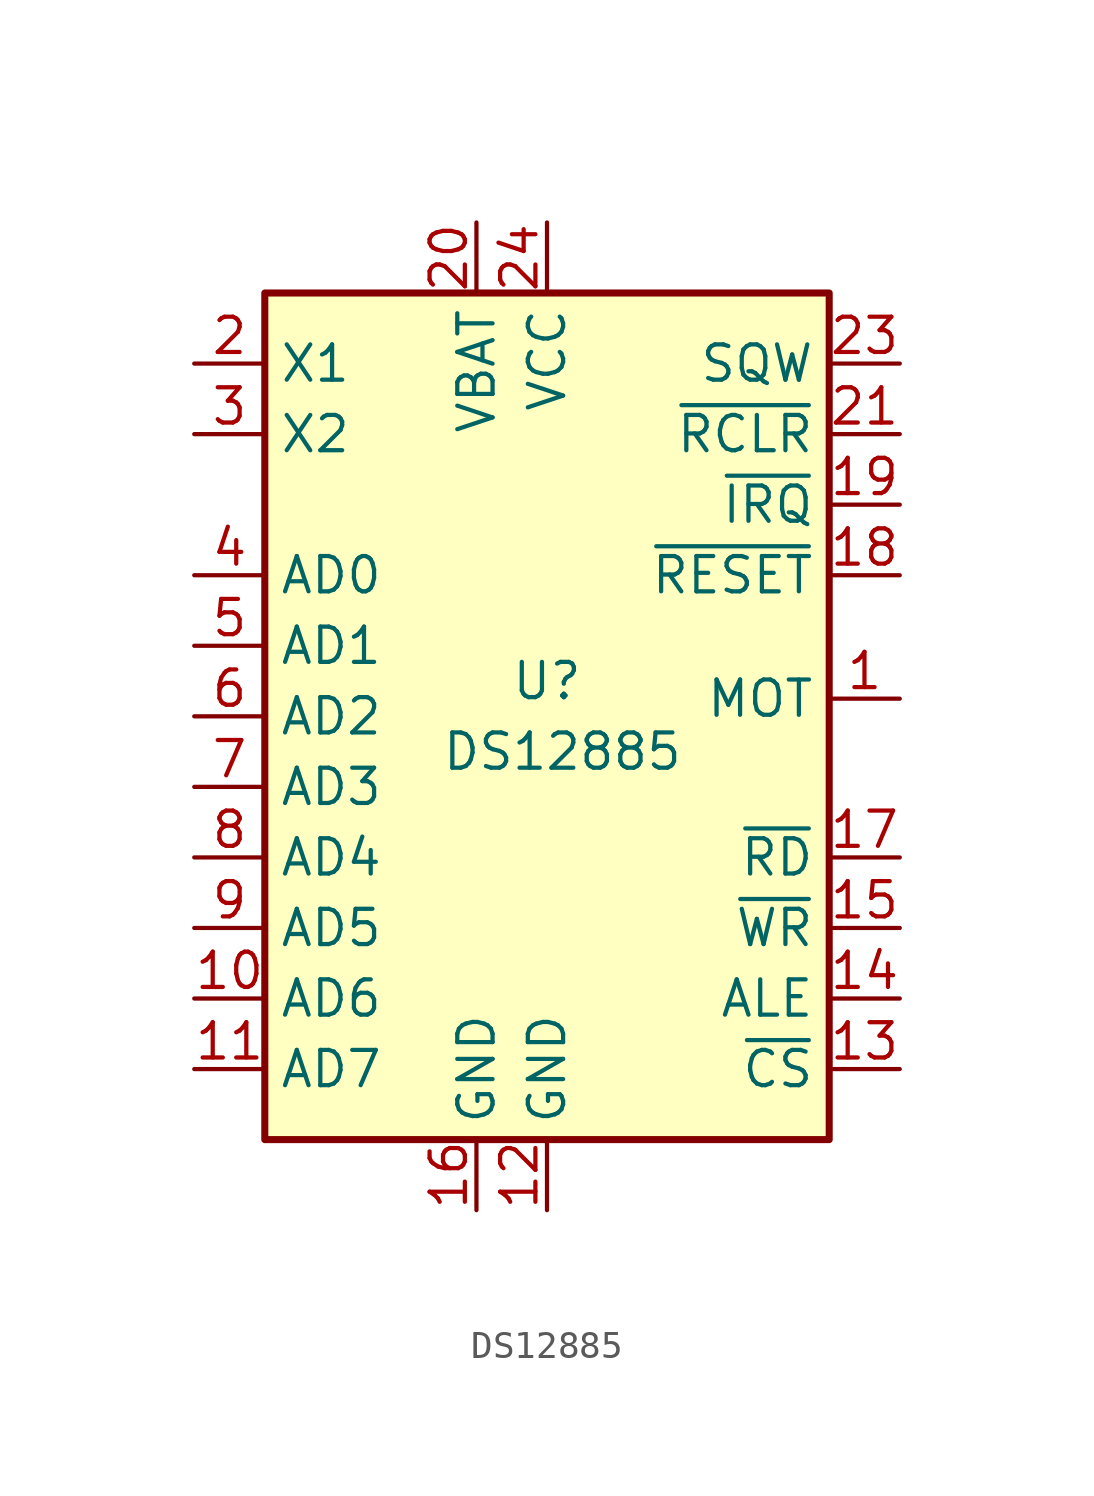
<source format=kicad_sym>
(kicad_symbol_lib
  (version 20211014)
  (generator kicad_symbol_editor)
  (symbol "DS12885"
    (property "Reference" "U"
      (at 0 1.27 0)
      (effects (font (size 1.27 1.27))))
    (property "Value" "DS12885"
      (at -3.81 -1.27 0)
      (effects (font (size 1.27 1.27)) (justify left)))
    (symbol "DS12885_0_1"
      (rectangle (start -10.16 15.24) (end 10.16 -15.24) (stroke (width 0.254) (type default) (color 0 0 0 0)) (fill (type background))))
    (symbol "DS12885_1_1"
      (pin input line (at 12.7 0.635 180) (length 2.54) (name "MOT" (effects (font (size 1.27 1.27)))) (number "1" (effects (font (size 1.27 1.27)))))
      (pin bidirectional line (at -12.7 -10.16 0) (length 2.54) (name "AD6" (effects (font (size 1.27 1.27)))) (number "10" (effects (font (size 1.27 1.27)))))
      (pin bidirectional line (at -12.7 -12.7 0) (length 2.54) (name "AD7" (effects (font (size 1.27 1.27)))) (number "11" (effects (font (size 1.27 1.27)))))
      (pin power_in line (at 0 -17.78 90) (length 2.54) (name "GND" (effects (font (size 1.27 1.27)))) (number "12" (effects (font (size 1.27 1.27)))))
      (pin input line (at 12.7 -12.7 180) (length 2.54) (name "~{CS}" (effects (font (size 1.27 1.27)))) (number "13" (effects (font (size 1.27 1.27)))))
      (pin input line (at 12.7 -10.16 180) (length 2.54) (name "ALE" (effects (font (size 1.27 1.27)))) (number "14" (effects (font (size 1.27 1.27)))))
      (pin input line (at 12.7 -7.62 180) (length 2.54) (name "~{WR}" (effects (font (size 1.27 1.27)))) (number "15" (effects (font (size 1.27 1.27)))))
      (pin power_in line (at -2.54 -17.78 90) (length 2.54) (name "GND" (effects (font (size 1.27 1.27)))) (number "16" (effects (font (size 1.27 1.27)))))
      (pin input line (at 12.7 -5.08 180) (length 2.54) (name "~{RD}" (effects (font (size 1.27 1.27)))) (number "17" (effects (font (size 1.27 1.27)))))
      (pin input line (at 12.7 5.08 180) (length 2.54) (name "~{RESET}" (effects (font (size 1.27 1.27)))) (number "18" (effects (font (size 1.27 1.27)))))
      (pin open_collector line (at 12.7 7.62 180) (length 2.54) (name "~{IRQ}" (effects (font (size 1.27 1.27)))) (number "19" (effects (font (size 1.27 1.27)))))
      (pin input line (at -12.7 12.7 0) (length 2.54) (name "X1" (effects (font (size 1.27 1.27)))) (number "2" (effects (font (size 1.27 1.27)))))
      (pin power_in line (at -2.54 17.78 270) (length 2.54) (name "VBAT" (effects (font (size 1.27 1.27)))) (number "20" (effects (font (size 1.27 1.27)))))
      (pin input line (at 12.7 10.16 180) (length 2.54) (name "~{RCLR}" (effects (font (size 1.27 1.27)))) (number "21" (effects (font (size 1.27 1.27)))))
      (pin output line (at 12.7 12.7 180) (length 2.54) (name "SQW" (effects (font (size 1.27 1.27)))) (number "23" (effects (font (size 1.27 1.27)))))
      (pin power_in line (at 0 17.78 270) (length 2.54) (name "VCC" (effects (font (size 1.27 1.27)))) (number "24" (effects (font (size 1.27 1.27)))))
      (pin output line (at -12.7 10.16 0) (length 2.54) (name "X2" (effects (font (size 1.27 1.27)))) (number "3" (effects (font (size 1.27 1.27)))))
      (pin bidirectional line (at -12.7 5.08 0) (length 2.54) (name "AD0" (effects (font (size 1.27 1.27)))) (number "4" (effects (font (size 1.27 1.27)))))
      (pin bidirectional line (at -12.7 2.54 0) (length 2.54) (name "AD1" (effects (font (size 1.27 1.27)))) (number "5" (effects (font (size 1.27 1.27)))))
      (pin bidirectional line (at -12.7 0 0) (length 2.54) (name "AD2" (effects (font (size 1.27 1.27)))) (number "6" (effects (font (size 1.27 1.27)))))
      (pin input line (at -12.7 -2.54 0) (length 2.54) (name "AD3" (effects (font (size 1.27 1.27)))) (number "7" (effects (font (size 1.27 1.27)))))
      (pin bidirectional line (at -12.7 -5.08 0) (length 2.54) (name "AD4" (effects (font (size 1.27 1.27)))) (number "8" (effects (font (size 1.27 1.27)))))
      (pin bidirectional line (at -12.7 -7.62 0) (length 2.54) (name "AD5" (effects (font (size 1.27 1.27)))) (number "9" (effects (font (size 1.27 1.27))))))))
</source>
